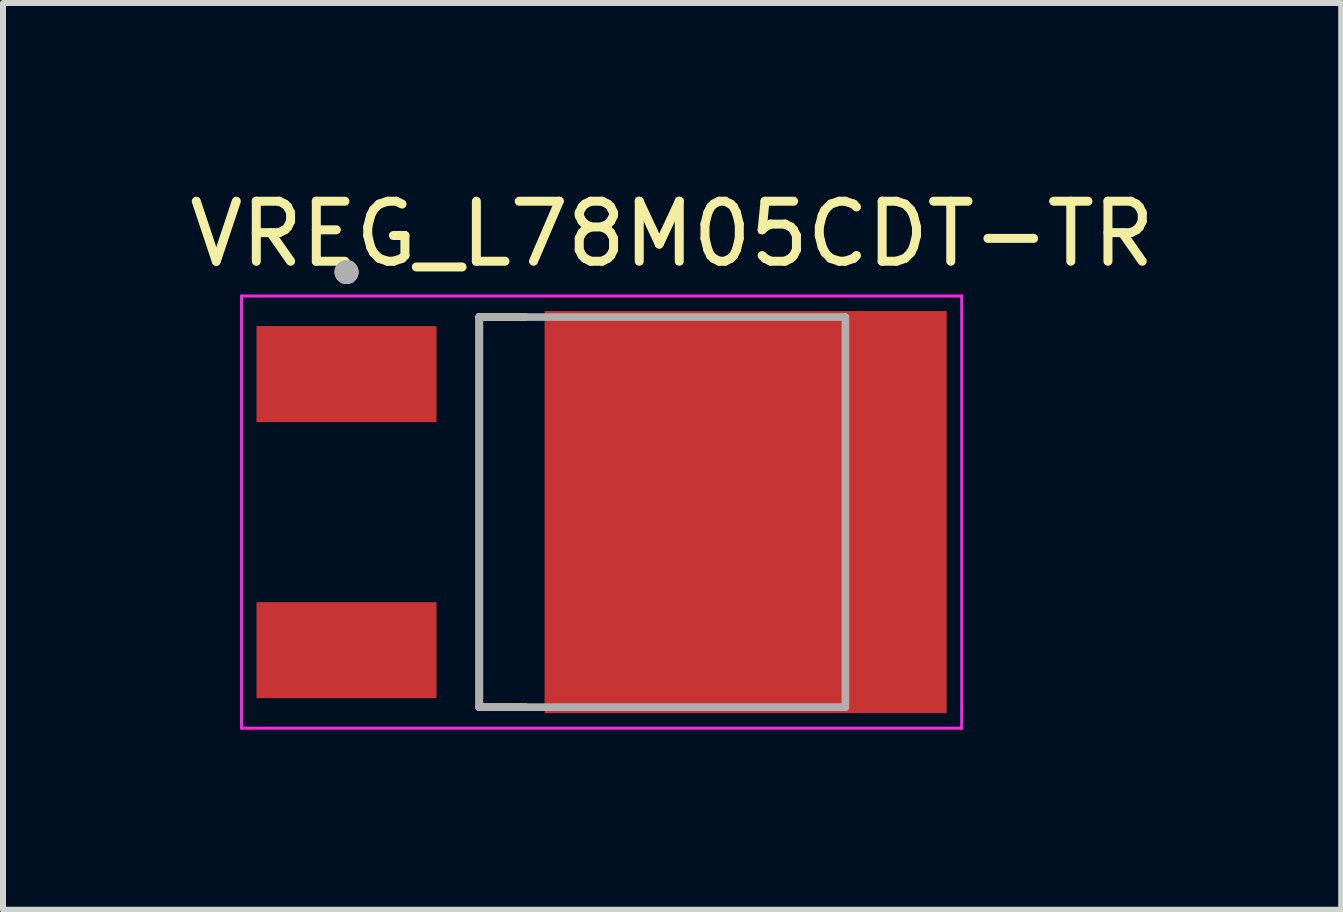
<source format=kicad_pcb>
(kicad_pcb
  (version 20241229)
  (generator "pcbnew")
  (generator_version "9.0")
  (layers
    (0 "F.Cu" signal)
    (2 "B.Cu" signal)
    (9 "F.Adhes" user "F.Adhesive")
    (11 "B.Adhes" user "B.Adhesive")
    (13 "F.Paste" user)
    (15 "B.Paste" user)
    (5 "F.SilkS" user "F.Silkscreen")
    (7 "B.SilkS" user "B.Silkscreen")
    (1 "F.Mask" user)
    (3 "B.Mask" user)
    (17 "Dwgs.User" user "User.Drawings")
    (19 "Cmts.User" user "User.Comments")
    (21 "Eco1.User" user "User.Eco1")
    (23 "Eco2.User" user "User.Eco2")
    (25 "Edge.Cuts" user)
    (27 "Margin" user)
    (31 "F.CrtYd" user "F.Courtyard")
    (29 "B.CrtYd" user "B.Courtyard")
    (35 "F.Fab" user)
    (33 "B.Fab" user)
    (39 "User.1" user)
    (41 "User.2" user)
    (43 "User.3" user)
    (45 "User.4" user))
  (footprint "VREG_L78M05CDT-TR"
    (layer "F.Cu")
    (at 6.974 5.483)
    (property "Reference" "VREG_L78M05CDT-TR" (at 1.175 -4.635 0) (layer "F.SilkS") (effects (font (size 1 1) (thickness 0.15))))
    (attr smd)
    (fp_line (start -2.038 -3.25) (end -2.038 3.25) (stroke (width 0.127) (type solid)) (layer "F.SilkS"))
    (fp_line (start -2.038 3.25) (end -1.264 3.25) (stroke (width 0.127) (type solid)) (layer "F.SilkS"))
    (fp_line (start -1.264 -3.25) (end -2.038 -3.25) (stroke (width 0.127) (type solid)) (layer "F.SilkS"))
    (fp_circle (center -4.25 -4) (end -4.15 -4) (stroke (width 0.2) (type solid)) (fill no) (layer "F.SilkS"))
    (fp_poly (pts (xy -0.765 -3.165) (xy 0.645 -3.165) (xy 0.645 -1.755) (xy -0.765 -1.755)) (stroke (width 0.01) (type solid)) (fill yes) (layer "F.Paste"))
    (fp_poly (pts (xy -0.765 -0.705) (xy 0.645 -0.705) (xy 0.645 0.705) (xy -0.765 0.705)) (stroke (width 0.01) (type solid)) (fill yes) (layer "F.Paste"))
    (fp_poly (pts (xy -0.765 1.755) (xy 0.645 1.755) (xy 0.645 3.165) (xy -0.765 3.165)) (stroke (width 0.01) (type solid)) (fill yes) (layer "F.Paste"))
    (fp_poly (pts (xy 1.695 -3.165) (xy 3.105 -3.165) (xy 3.105 -1.755) (xy 1.695 -1.755)) (stroke (width 0.01) (type solid)) (fill yes) (layer "F.Paste"))
    (fp_poly (pts (xy 1.695 -0.705) (xy 3.105 -0.705) (xy 3.105 0.705) (xy 1.695 0.705)) (stroke (width 0.01) (type solid)) (fill yes) (layer "F.Paste"))
    (fp_poly (pts (xy 1.695 1.755) (xy 3.105 1.755) (xy 3.105 3.165) (xy 1.695 3.165)) (stroke (width 0.01) (type solid)) (fill yes) (layer "F.Paste"))
    (fp_poly (pts (xy 4.155 -3.165) (xy 5.565 -3.165) (xy 5.565 -1.755) (xy 4.155 -1.755)) (stroke (width 0.01) (type solid)) (fill yes) (layer "F.Paste"))
    (fp_poly (pts (xy 4.155 -0.705) (xy 5.565 -0.705) (xy 5.565 0.705) (xy 4.155 0.705)) (stroke (width 0.01) (type solid)) (fill yes) (layer "F.Paste"))
    (fp_poly (pts (xy 4.155 1.755) (xy 5.565 1.755) (xy 5.565 3.165) (xy 4.155 3.165)) (stroke (width 0.01) (type solid)) (fill yes) (layer "F.Paste"))
    (fp_line (start -6 -3.6) (end -6 3.6) (stroke (width 0.05) (type solid)) (layer "F.CrtYd"))
    (fp_line (start -6 3.6) (end 6 3.6) (stroke (width 0.05) (type solid)) (layer "F.CrtYd"))
    (fp_line (start 6 -3.6) (end -6 -3.6) (stroke (width 0.05) (type solid)) (layer "F.CrtYd"))
    (fp_line (start 6 3.6) (end 6 -3.6) (stroke (width 0.05) (type solid)) (layer "F.CrtYd"))
    (fp_line (start -2.038 -3.25) (end 4.062 -3.25) (stroke (width 0.127) (type solid)) (layer "F.Fab"))
    (fp_line (start -2.038 3.25) (end -2.038 -3.25) (stroke (width 0.127) (type solid)) (layer "F.Fab"))
    (fp_line (start 4.062 -3.25) (end 4.062 3.25) (stroke (width 0.127) (type solid)) (layer "F.Fab"))
    (fp_line (start 4.062 3.25) (end -2.038 3.25) (stroke (width 0.127) (type solid)) (layer "F.Fab"))
    (fp_circle (center -4.25 -4) (end -4.15 -4) (stroke (width 0.2) (type solid)) (fill no) (layer "F.Fab"))
    (pad "1" smd rect (at -4.25 -2.3) (size 3 1.6) (layers "F.Cu" "F.Mask" "F.Paste"))
    (pad "2" smd rect (at 2.4 0) (size 6.7 6.7) (layers "F.Cu" "F.Mask"))
    (pad "3" smd rect (at -4.25 2.3) (size 3 1.6) (layers "F.Cu" "F.Mask" "F.Paste")))
  (gr_rect
    (start -3 -3)
    (end 19.298 12.108)
    (stroke (width 0.1) (type default))
    (fill no)
    (layer "Edge.Cuts")))
</source>
